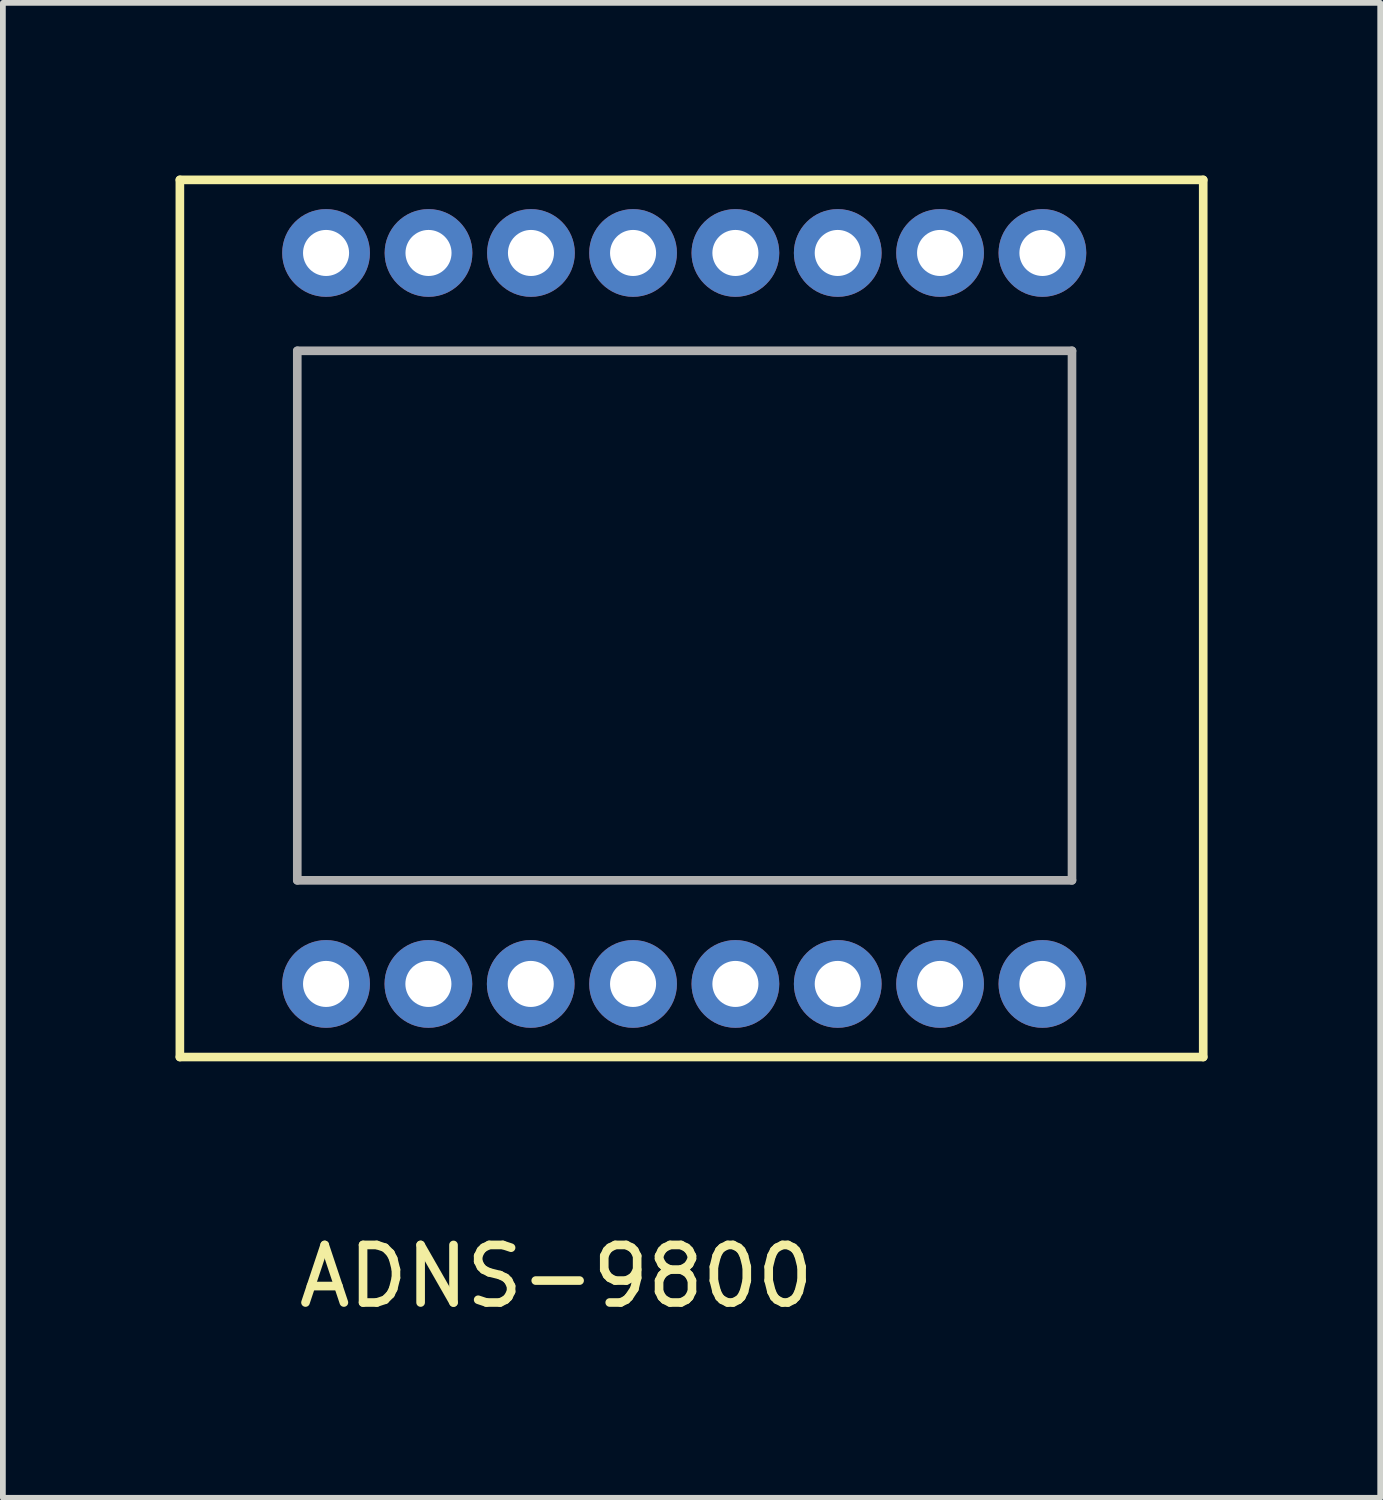
<source format=kicad_pcb>
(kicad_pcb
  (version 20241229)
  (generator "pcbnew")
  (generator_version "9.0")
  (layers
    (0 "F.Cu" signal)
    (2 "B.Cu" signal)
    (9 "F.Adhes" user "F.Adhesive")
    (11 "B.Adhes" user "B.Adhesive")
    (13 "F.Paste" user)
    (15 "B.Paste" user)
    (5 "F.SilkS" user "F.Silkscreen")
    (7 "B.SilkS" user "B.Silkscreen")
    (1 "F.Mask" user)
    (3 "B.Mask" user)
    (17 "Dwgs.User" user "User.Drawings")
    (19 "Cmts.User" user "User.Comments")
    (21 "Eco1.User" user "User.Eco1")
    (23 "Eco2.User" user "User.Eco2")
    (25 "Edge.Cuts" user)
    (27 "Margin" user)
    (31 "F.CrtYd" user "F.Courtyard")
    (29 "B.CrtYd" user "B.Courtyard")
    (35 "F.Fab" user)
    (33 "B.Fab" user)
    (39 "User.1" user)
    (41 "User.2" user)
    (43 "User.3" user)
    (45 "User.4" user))
  (footprint "ADNS-9800"
    (layer "F.Cu")
    (at 2.615 1.345)
    (property "Reference" "ADNS-9800" (at 4 17.78 0) (layer "F.SilkS") (effects (font (size 1 1) (thickness 0.15))))
    (attr through_hole)
    (fp_line (start -2.54 -1.27) (end -2.54 13.97) (stroke (width 0.15) (type solid)) (layer "F.SilkS"))
    (fp_line (start -2.54 13.97) (end 15.24 13.97) (stroke (width 0.15) (type solid)) (layer "F.SilkS"))
    (fp_line (start 15.24 -1.27) (end -2.54 -1.27) (stroke (width 0.15) (type solid)) (layer "F.SilkS"))
    (fp_line (start 15.24 13.97) (end 15.24 -1.27) (stroke (width 0.15) (type solid)) (layer "F.SilkS"))
    (fp_line (start -0.5 1.7) (end -0.5 10.9) (stroke (width 0.15) (type solid)) (layer "F.Fab"))
    (fp_line (start -0.5 1.7) (end 12.96 1.7) (stroke (width 0.15) (type solid)) (layer "F.Fab"))
    (fp_line (start -0.5 10.9) (end 12.96 10.9) (stroke (width 0.15) (type solid)) (layer "F.Fab"))
    (fp_line (start 12.96 1.7) (end 12.96 10.9) (stroke (width 0.15) (type solid)) (layer "F.Fab"))
    (pad "1" thru_hole circle (at 0 0) (size 1.524 1.524) (drill 0.8) (layers "*.Cu" "*.Mask"))
    (pad "2" thru_hole circle (at 1.78 0) (size 1.524 1.524) (drill 0.8) (layers "*.Cu" "*.Mask"))
    (pad "3" thru_hole circle (at 3.56 0) (size 1.524 1.524) (drill 0.8) (layers "*.Cu" "*.Mask"))
    (pad "4" thru_hole circle (at 5.334 0) (size 1.524 1.524) (drill 0.8) (layers "*.Cu" "*.Mask"))
    (pad "5" thru_hole circle (at 7.112 0) (size 1.524 1.524) (drill 0.8) (layers "*.Cu" "*.Mask"))
    (pad "6" thru_hole circle (at 8.89 0) (size 1.524 1.524) (drill 0.8) (layers "*.Cu" "*.Mask"))
    (pad "7" thru_hole circle (at 10.668 0) (size 1.524 1.524) (drill 0.8) (layers "*.Cu" "*.Mask"))
    (pad "8" thru_hole circle (at 12.446 0) (size 1.524 1.524) (drill 0.8) (layers "*.Cu" "*.Mask"))
    (pad "9" thru_hole circle (at 12.446 12.7) (size 1.524 1.524) (drill 0.8) (layers "*.Cu" "*.Mask"))
    (pad "10" thru_hole circle (at 10.668 12.7) (size 1.524 1.524) (drill 0.8) (layers "*.Cu" "*.Mask"))
    (pad "11" thru_hole circle (at 8.89 12.7) (size 1.524 1.524) (drill 0.8) (layers "*.Cu" "*.Mask"))
    (pad "12" thru_hole circle (at 7.112 12.7) (size 1.524 1.524) (drill 0.8) (layers "*.Cu" "*.Mask"))
    (pad "13" thru_hole circle (at 5.334 12.7) (size 1.524 1.524) (drill 0.8) (layers "*.Cu" "*.Mask"))
    (pad "14" thru_hole circle (at 3.556 12.7) (size 1.524 1.524) (drill 0.8) (layers "*.Cu" "*.Mask"))
    (pad "15" thru_hole circle (at 1.778 12.7) (size 1.524 1.524) (drill 0.8) (layers "*.Cu" "*.Mask"))
    (pad "16" thru_hole circle (at 0 12.7) (size 1.524 1.524) (drill 0.8) (layers "*.Cu" "*.Mask")))
  (gr_rect
    (start -3 -3)
    (end 20.93 22.973)
    (stroke (width 0.1) (type default))
    (fill no)
    (layer "Edge.Cuts")))
</source>
